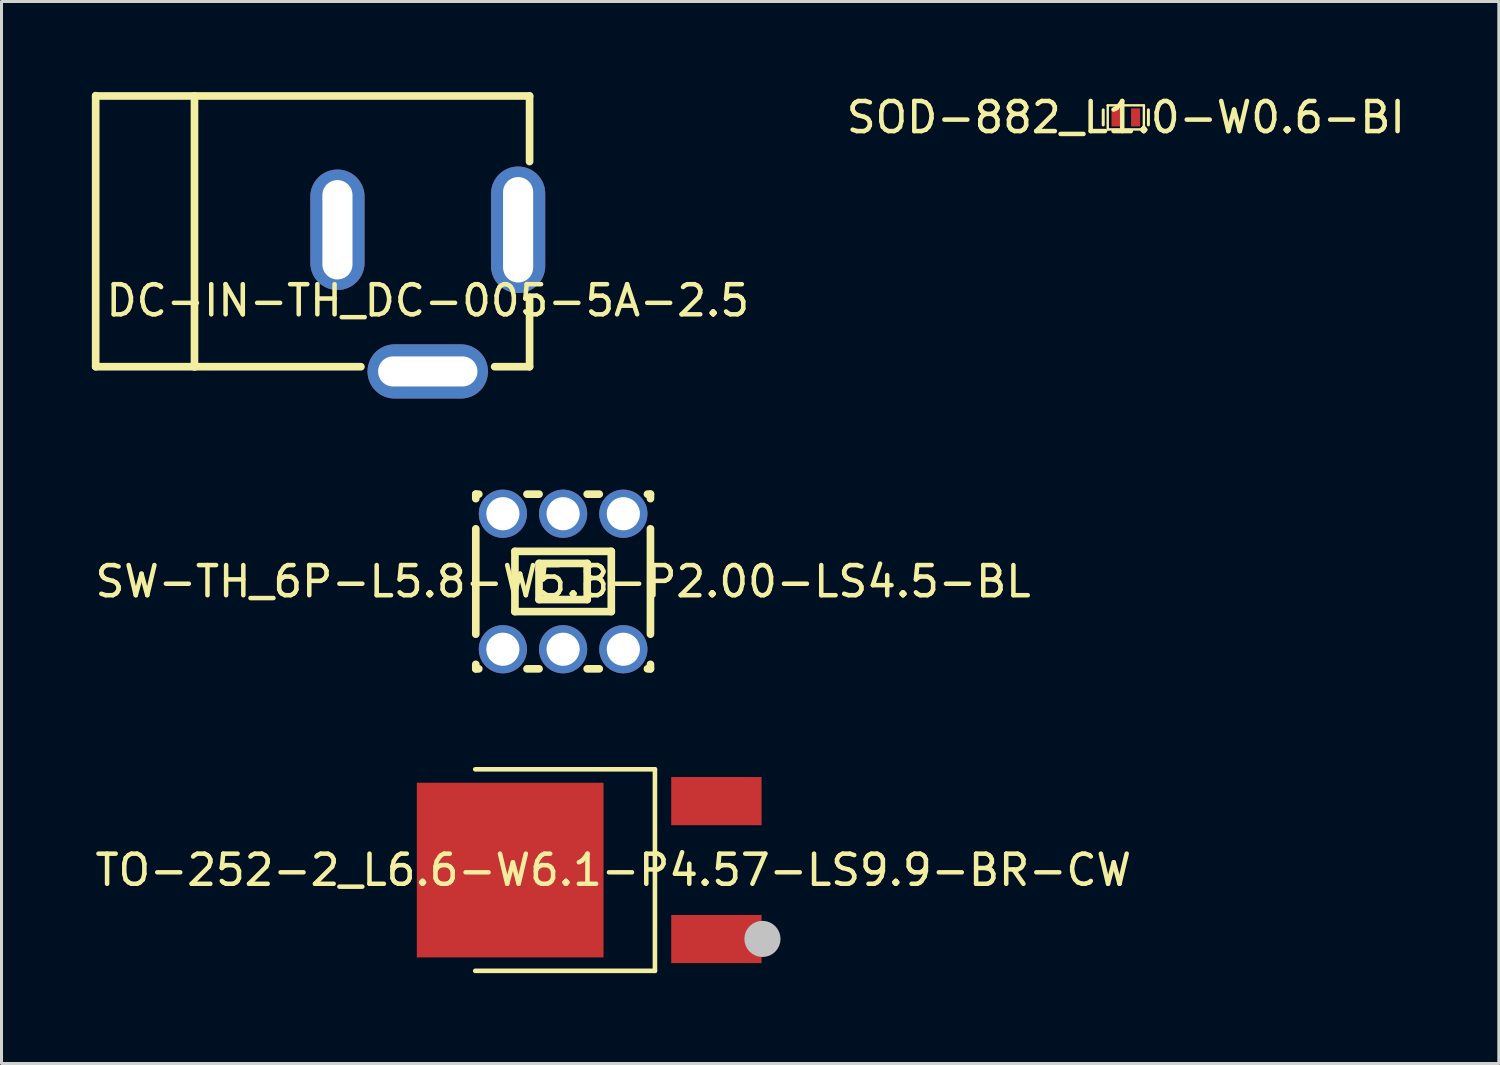
<source format=kicad_pcb>
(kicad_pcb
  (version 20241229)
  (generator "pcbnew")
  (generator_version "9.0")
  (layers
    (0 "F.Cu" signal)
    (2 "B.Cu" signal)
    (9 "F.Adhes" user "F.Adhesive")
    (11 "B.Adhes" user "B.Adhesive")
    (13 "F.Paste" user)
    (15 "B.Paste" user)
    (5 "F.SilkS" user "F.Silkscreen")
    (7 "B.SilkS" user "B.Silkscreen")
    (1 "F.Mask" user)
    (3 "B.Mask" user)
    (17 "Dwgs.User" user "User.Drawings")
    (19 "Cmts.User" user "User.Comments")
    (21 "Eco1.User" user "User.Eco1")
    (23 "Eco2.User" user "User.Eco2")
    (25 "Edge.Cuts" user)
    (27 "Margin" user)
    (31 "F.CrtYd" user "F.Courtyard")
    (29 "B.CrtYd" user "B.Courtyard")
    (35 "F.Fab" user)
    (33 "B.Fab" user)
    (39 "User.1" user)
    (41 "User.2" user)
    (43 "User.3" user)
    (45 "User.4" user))
  (footprint "DC-IN-TH_DC-005-5A-2.5"
    (layer "F.Cu")
    (at 11.155 6.932)
    (property "Reference" "DC-IN-TH_DC-005-5A-2.5" (at 0 0 0) (layer "F.SilkS") (effects (font (size 1 1) (thickness 0.15))))
    (fp_line (start -11.028 -6.805) (end -11.028 2.195) (stroke (width 0.254) (type default)) (layer "F.SilkS"))
    (fp_line (start -11.028 -6.796) (end 3.38 -6.796) (stroke (width 0.254) (type default)) (layer "F.SilkS"))
    (fp_line (start -11.028 2.195) (end -2.22 2.195) (stroke (width 0.254) (type default)) (layer "F.SilkS"))
    (fp_line (start -7.747 -6.796) (end -7.747 2.204) (stroke (width 0.254) (type default)) (layer "F.SilkS"))
    (fp_line (start 2.22 2.195) (end 3.38 2.195) (stroke (width 0.254) (type default)) (layer "F.SilkS"))
    (fp_line (start 3.38 -6.796) (end 3.38 -4.617) (stroke (width 0.254) (type default)) (layer "F.SilkS"))
    (fp_line (start 3.38 -0.086) (end 3.38 2.195) (stroke (width 0.254) (type default)) (layer "F.SilkS"))
    (fp_poly (pts (xy -3.175 -1.101) (xy -3.175 -3.602) (xy -2.825 -3.602) (xy -2.825 -1.101)) (stroke (width 0.1) (type default)) (fill no) (layer "User.1"))
    (fp_poly (pts (xy -1.25 2.176) (xy 1.25 2.176) (xy 1.25 2.526) (xy -1.25 2.526)) (stroke (width 0.1) (type default)) (fill no) (layer "User.1"))
    (fp_poly (pts (xy 3.175 -3.852) (xy 3.175 -0.852) (xy 2.825 -0.852) (xy 2.825 -3.852)) (stroke (width 0.1) (type default)) (fill no) (layer "User.1"))
    (fp_line (start -11.028 -6.796) (end 3.38 -6.796) (stroke (width 0.051) (type default)) (layer "User.2"))
    (fp_line (start -11.028 2.195) (end -11.028 -6.796) (stroke (width 0.051) (type default)) (layer "User.2"))
    (fp_line (start 3.38 -6.796) (end 3.38 2.195) (stroke (width 0.051) (type default)) (layer "User.2"))
    (fp_line (start 3.38 2.195) (end -11.028 2.195) (stroke (width 0.051) (type default)) (layer "User.2"))
    (fp_poly (pts (xy 3.44 2.527) (xy 3.422 2.485) (xy 3.38 2.467) (xy 3.338 2.485) (xy 3.32 2.527) (xy 3.338 2.569) (xy 3.38 2.587) (xy 3.422 2.569)) (stroke (width 0.1) (type default)) (fill no) (layer "User.3"))
    (pad "1" thru_hole oval (at 3 -2.352 90) (size 4.2 1.8) (drill oval 3.5 1) (layers "*.Cu" "*.Mask"))
    (pad "2" thru_hole oval (at -3 -2.352 270) (size 4 1.8) (drill oval 3.3 1) (layers "*.Cu" "*.Mask"))
    (pad "3" thru_hole oval (at -0.001 2.352) (size 4 1.8) (drill oval 3.3 1) (layers "*.Cu" "*.Mask")))
  (footprint "TO-252-2_L6.6-W6.1-P4.57-LS9.9-BR-CW"
    (layer "F.Cu")
    (at 17.315 25.842)
    (property "Reference" "TO-252-2_L6.6-W6.1-P4.57-LS9.9-BR-CW" (at 0 0 0) (layer "F.SilkS") (effects (font (size 1 1) (thickness 0.15))))
    (fp_line (start -4.585 -3.346) (end 1.383 -3.346) (stroke (width 0.152) (type default)) (layer "F.SilkS"))
    (fp_line (start -4.585 3.346) (end 1.383 3.346) (stroke (width 0.152) (type default)) (layer "F.SilkS"))
    (fp_line (start 1.383 3.346) (end 1.383 -3.346) (stroke (width 0.152) (type default)) (layer "F.SilkS"))
    (fp_circle (center 4.953 2.286) (end 5.253 2.286) (stroke (width 0.6) (type default)) (fill no) (layer "Dwgs.User"))
    (fp_poly (pts (xy 1.212 -1.91) (xy 1.212 -2.67) (xy 2.381 -2.67) (xy 2.381 -1.91)) (stroke (width 0.1) (type default)) (fill no) (layer "User.1"))
    (fp_poly (pts (xy 1.212 2.67) (xy 1.212 1.91) (xy 2.381 1.91) (xy 2.381 2.67)) (stroke (width 0.1) (type default)) (fill no) (layer "User.1"))
    (fp_poly (pts (xy 2.372 -1.91) (xy 2.372 -2.67) (xy 3.962 -2.67) (xy 3.962 -1.91)) (stroke (width 0.1) (type default)) (fill no) (layer "User.1"))
    (fp_poly (pts (xy 2.372 2.67) (xy 2.372 1.91) (xy 3.962 1.91) (xy 3.962 2.67)) (stroke (width 0.1) (type default)) (fill no) (layer "User.1"))
    (fp_poly (pts (xy -4.954 -2.505) (xy -0.938 -2.505) (xy -0.938 2.505) (xy -4.954 2.505) (xy -5.954 1.505) (xy -5.954 -1.505)) (stroke (width 0.1) (type default)) (fill no) (layer "User.1"))
    (fp_line (start -4.873 -3.27) (end 1.222 -3.27) (stroke (width 0.051) (type default)) (layer "User.2"))
    (fp_line (start -4.873 3.27) (end -4.873 -3.27) (stroke (width 0.051) (type default)) (layer "User.2"))
    (fp_line (start 1.222 -3.27) (end 1.222 3.27) (stroke (width 0.051) (type default)) (layer "User.2"))
    (fp_line (start 1.222 3.27) (end -4.873 3.27) (stroke (width 0.051) (type default)) (layer "User.2"))
    (fp_poly (pts (xy 4.021 3.27) (xy 4.004 3.228) (xy 3.962 3.21) (xy 3.919 3.228) (xy 3.901 3.27) (xy 3.919 3.312) (xy 3.962 3.33) (xy 4.004 3.312)) (stroke (width 0.1) (type default)) (fill no) (layer "User.3"))
    (pad "1" smd rect (at 3.424 2.29) (size 3 1.6) (layers "F.Cu" "F.Mask" "F.Paste"))
    (pad "2" smd rect (at -3.424 0) (size 6.2 5.8) (layers "F.Cu" "F.Mask" "F.Paste"))
    (pad "3" smd rect (at 3.424 -2.29) (size 3 1.6) (layers "F.Cu" "F.Mask" "F.Paste")))
  (footprint "SW-TH_6P-L5.8-W5.8-P2.00-LS4.5-BL"
    (layer "F.Cu")
    (at 15.649 16.259)
    (property "Reference" "SW-TH_6P-L5.8-W5.8-P2.00-LS4.5-BL" (at 0 0 0) (layer "F.SilkS") (effects (font (size 1 1) (thickness 0.15))))
    (fp_line (start -2.9 -2.9) (end -2.8 -2.9) (stroke (width 0.254) (type default)) (layer "F.SilkS"))
    (fp_line (start -2.9 -2.751) (end -2.9 -2.9) (stroke (width 0.254) (type default)) (layer "F.SilkS"))
    (fp_line (start -2.9 1.75) (end -2.9 -1.75) (stroke (width 0.254) (type default)) (layer "F.SilkS"))
    (fp_line (start -2.9 2.9) (end -2.9 2.751) (stroke (width 0.254) (type default)) (layer "F.SilkS"))
    (fp_line (start -2.8 2.9) (end -2.9 2.9) (stroke (width 0.254) (type default)) (layer "F.SilkS"))
    (fp_line (start -1.6 -1) (end 1.6 -1) (stroke (width 0.254) (type default)) (layer "F.SilkS"))
    (fp_line (start -1.6 1) (end -1.6 -1) (stroke (width 0.254) (type default)) (layer "F.SilkS"))
    (fp_line (start -1.2 -2.9) (end -0.799 -2.9) (stroke (width 0.254) (type default)) (layer "F.SilkS"))
    (fp_line (start -0.8 -0.6) (end 0.8 -0.6) (stroke (width 0.254) (type default)) (layer "F.SilkS"))
    (fp_line (start -0.8 -0.4) (end -0.8 -0.6) (stroke (width 0.254) (type default)) (layer "F.SilkS"))
    (fp_line (start -0.8 0.6) (end -0.8 -0.4) (stroke (width 0.254) (type default)) (layer "F.SilkS"))
    (fp_line (start -0.799 2.9) (end -1.2 2.9) (stroke (width 0.254) (type default)) (layer "F.SilkS"))
    (fp_line (start 0.799 -2.9) (end 1.2 -2.9) (stroke (width 0.254) (type default)) (layer "F.SilkS"))
    (fp_line (start 0.8 -0.6) (end 0.8 0.6) (stroke (width 0.254) (type default)) (layer "F.SilkS"))
    (fp_line (start 0.8 0.6) (end -0.8 0.6) (stroke (width 0.254) (type default)) (layer "F.SilkS"))
    (fp_line (start 1.2 2.9) (end 0.799 2.9) (stroke (width 0.254) (type default)) (layer "F.SilkS"))
    (fp_line (start 1.6 -1) (end 1.6 1) (stroke (width 0.254) (type default)) (layer "F.SilkS"))
    (fp_line (start 1.6 1) (end -1.6 1) (stroke (width 0.254) (type default)) (layer "F.SilkS"))
    (fp_line (start 2.8 -2.9) (end 2.9 -2.9) (stroke (width 0.254) (type default)) (layer "F.SilkS"))
    (fp_line (start 2.9 -2.9) (end 2.9 -2.751) (stroke (width 0.254) (type default)) (layer "F.SilkS"))
    (fp_line (start 2.9 -1.75) (end 2.9 1.75) (stroke (width 0.254) (type default)) (layer "F.SilkS"))
    (fp_line (start 2.9 2.751) (end 2.9 2.9) (stroke (width 0.254) (type default)) (layer "F.SilkS"))
    (fp_line (start 2.9 2.9) (end 2.8 2.9) (stroke (width 0.254) (type default)) (layer "F.SilkS"))
    (fp_poly (pts (xy -1.55 -2.25) (xy -1.568 -2.377) (xy -1.621 -2.493) (xy -1.705 -2.59) (xy -1.813 -2.659) (xy -1.936 -2.695) (xy -2.064 -2.695) (xy -2.187 -2.659) (xy -2.295 -2.59) (xy -2.379 -2.493) (xy -2.432 -2.377) (xy -2.45 -2.25) (xy -2.432 -2.123) (xy -2.379 -2.007) (xy -2.295 -1.91) (xy -2.187 -1.841) (xy -2.064 -1.805) (xy -1.936 -1.805) (xy -1.813 -1.841) (xy -1.705 -1.91) (xy -1.621 -2.007) (xy -1.568 -2.123)) (stroke (width 0.1) (type default)) (fill no) (layer "User.1"))
    (fp_poly (pts (xy -1.55 2.25) (xy -1.568 2.123) (xy -1.621 2.007) (xy -1.705 1.91) (xy -1.813 1.841) (xy -1.936 1.805) (xy -2.064 1.805) (xy -2.187 1.841) (xy -2.295 1.91) (xy -2.379 2.007) (xy -2.432 2.123) (xy -2.45 2.25) (xy -2.432 2.377) (xy -2.379 2.493) (xy -2.295 2.59) (xy -2.187 2.659) (xy -2.064 2.695) (xy -1.936 2.695) (xy -1.813 2.659) (xy -1.705 2.59) (xy -1.621 2.493) (xy -1.568 2.377)) (stroke (width 0.1) (type default)) (fill no) (layer "User.1"))
    (fp_poly (pts (xy 0.45 -2.25) (xy 0.432 -2.377) (xy 0.379 -2.493) (xy 0.295 -2.59) (xy 0.187 -2.659) (xy 0.064 -2.695) (xy -0.064 -2.695) (xy -0.187 -2.659) (xy -0.295 -2.59) (xy -0.379 -2.493) (xy -0.432 -2.377) (xy -0.45 -2.25) (xy -0.432 -2.123) (xy -0.379 -2.007) (xy -0.295 -1.91) (xy -0.187 -1.841) (xy -0.064 -1.805) (xy 0.064 -1.805) (xy 0.187 -1.841) (xy 0.295 -1.91) (xy 0.379 -2.007) (xy 0.432 -2.123)) (stroke (width 0.1) (type default)) (fill no) (layer "User.1"))
    (fp_poly (pts (xy 0.45 2.25) (xy 0.432 2.123) (xy 0.379 2.007) (xy 0.295 1.91) (xy 0.187 1.841) (xy 0.064 1.805) (xy -0.064 1.805) (xy -0.187 1.841) (xy -0.295 1.91) (xy -0.379 2.007) (xy -0.432 2.123) (xy -0.45 2.25) (xy -0.432 2.377) (xy -0.379 2.493) (xy -0.295 2.59) (xy -0.187 2.659) (xy -0.064 2.695) (xy 0.064 2.695) (xy 0.187 2.659) (xy 0.295 2.59) (xy 0.379 2.493) (xy 0.432 2.377)) (stroke (width 0.1) (type default)) (fill no) (layer "User.1"))
    (fp_poly (pts (xy 2.45 -2.25) (xy 2.432 -2.377) (xy 2.379 -2.493) (xy 2.295 -2.59) (xy 2.187 -2.659) (xy 2.064 -2.695) (xy 1.936 -2.695) (xy 1.813 -2.659) (xy 1.705 -2.59) (xy 1.621 -2.493) (xy 1.568 -2.377) (xy 1.55 -2.25) (xy 1.568 -2.123) (xy 1.621 -2.007) (xy 1.705 -1.91) (xy 1.813 -1.841) (xy 1.936 -1.805) (xy 2.064 -1.805) (xy 2.187 -1.841) (xy 2.295 -1.91) (xy 2.379 -2.007) (xy 2.432 -2.123)) (stroke (width 0.1) (type default)) (fill no) (layer "User.1"))
    (fp_poly (pts (xy 2.45 2.25) (xy 2.432 2.123) (xy 2.379 2.007) (xy 2.295 1.91) (xy 2.187 1.841) (xy 2.064 1.805) (xy 1.936 1.805) (xy 1.813 1.841) (xy 1.705 1.91) (xy 1.621 2.007) (xy 1.568 2.123) (xy 1.55 2.25) (xy 1.568 2.377) (xy 1.621 2.493) (xy 1.705 2.59) (xy 1.813 2.659) (xy 1.936 2.695) (xy 2.064 2.695) (xy 2.187 2.659) (xy 2.295 2.59) (xy 2.379 2.493) (xy 2.432 2.377)) (stroke (width 0.1) (type default)) (fill no) (layer "User.1"))
    (fp_line (start -3.027 -3.05) (end 3.027 -3.05) (stroke (width 0.051) (type default)) (layer "User.2"))
    (fp_line (start -3.027 3.05) (end -3.027 -3.05) (stroke (width 0.051) (type default)) (layer "User.2"))
    (fp_line (start 3.027 -3.05) (end 3.027 3.05) (stroke (width 0.051) (type default)) (layer "User.2"))
    (fp_line (start 3.027 3.05) (end -3.027 3.05) (stroke (width 0.051) (type default)) (layer "User.2"))
    (fp_poly (pts (xy -2.967 3.05) (xy -2.985 3.008) (xy -3.027 2.99) (xy -3.069 3.008) (xy -3.087 3.05) (xy -3.069 3.092) (xy -3.027 3.11) (xy -2.985 3.092)) (stroke (width 0.1) (type default)) (fill no) (layer "User.3"))
    (pad "1" thru_hole circle (at -2 2.25) (size 1.6 1.6) (drill 1.1) (layers "*.Cu" "*.Mask"))
    (pad "2" thru_hole circle (at 0 2.25) (size 1.6 1.6) (drill 1.1) (layers "*.Cu" "*.Mask"))
    (pad "3" thru_hole circle (at 2 2.25) (size 1.6 1.6) (drill 1.1) (layers "*.Cu" "*.Mask"))
    (pad "4" thru_hole circle (at -2 -2.25) (size 1.6 1.6) (drill 1.1) (layers "*.Cu" "*.Mask"))
    (pad "5" thru_hole circle (at 0 -2.25) (size 1.6 1.6) (drill 1.1) (layers "*.Cu" "*.Mask"))
    (pad "6" thru_hole circle (at 2 -2.25) (size 1.6 1.6) (drill 1.1) (layers "*.Cu" "*.Mask")))
  (footprint "SOD-882_L1.0-W0.6-BI"
    (layer "F.Cu")
    (at 34.334 0.848)
    (property "Reference" "SOD-882_L1.0-W0.6-BI" (at 0 0 0) (layer "F.SilkS") (effects (font (size 1 1) (thickness 0.15))))
    (fp_line (start -0.75 0.25) (end -0.75 -0.25) (stroke (width 0.1) (type default)) (layer "F.SilkS"))
    (fp_line (start -0.6 -0.4) (end 0.6 -0.4) (stroke (width 0.08) (type default)) (layer "F.SilkS"))
    (fp_line (start -0.6 0.4) (end -0.6 -0.4) (stroke (width 0.08) (type default)) (layer "F.SilkS"))
    (fp_line (start 0.6 -0.4) (end 0.6 0.4) (stroke (width 0.08) (type default)) (layer "F.SilkS"))
    (fp_line (start 0.6 0.4) (end -0.6 0.4) (stroke (width 0.08) (type default)) (layer "F.SilkS"))
    (fp_line (start 0.75 -0.25) (end 0.75 0.25) (stroke (width 0.1) (type default)) (layer "F.SilkS"))
    (fp_poly (pts (xy -0.455 -0.255) (xy -0.195 -0.255) (xy -0.195 0.255) (xy -0.455 0.255)) (stroke (width 0.1) (type default)) (fill no) (layer "User.1"))
    (fp_poly (pts (xy 0.195 -0.255) (xy 0.455 -0.255) (xy 0.455 0.255) (xy 0.195 0.255)) (stroke (width 0.1) (type default)) (fill no) (layer "User.1"))
    (fp_line (start -0.5 -0.3) (end 0.5 -0.3) (stroke (width 0.051) (type default)) (layer "User.2"))
    (fp_line (start -0.5 0.3) (end -0.5 -0.3) (stroke (width 0.051) (type default)) (layer "User.2"))
    (fp_line (start 0.5 -0.3) (end 0.5 0.3) (stroke (width 0.051) (type default)) (layer "User.2"))
    (fp_line (start 0.5 0.3) (end -0.5 0.3) (stroke (width 0.051) (type default)) (layer "User.2"))
    (fp_poly (pts (xy -0.44 0.3) (xy -0.458 0.258) (xy -0.5 0.24) (xy -0.542 0.258) (xy -0.56 0.3) (xy -0.542 0.342) (xy -0.5 0.36) (xy -0.458 0.342)) (stroke (width 0.1) (type default)) (fill no) (layer "User.3"))
    (pad "1" smd rect (at -0.325 0) (size 0.3 0.6) (layers "F.Cu" "F.Mask" "F.Paste"))
    (pad "2" smd rect (at 0.325 0) (size 0.3 0.6) (layers "F.Cu" "F.Mask" "F.Paste")))
  (gr_rect
    (start -3 -3)
    (end 46.72 32.264)
    (stroke (width 0.1) (type default))
    (fill no)
    (layer "Edge.Cuts")))
</source>
